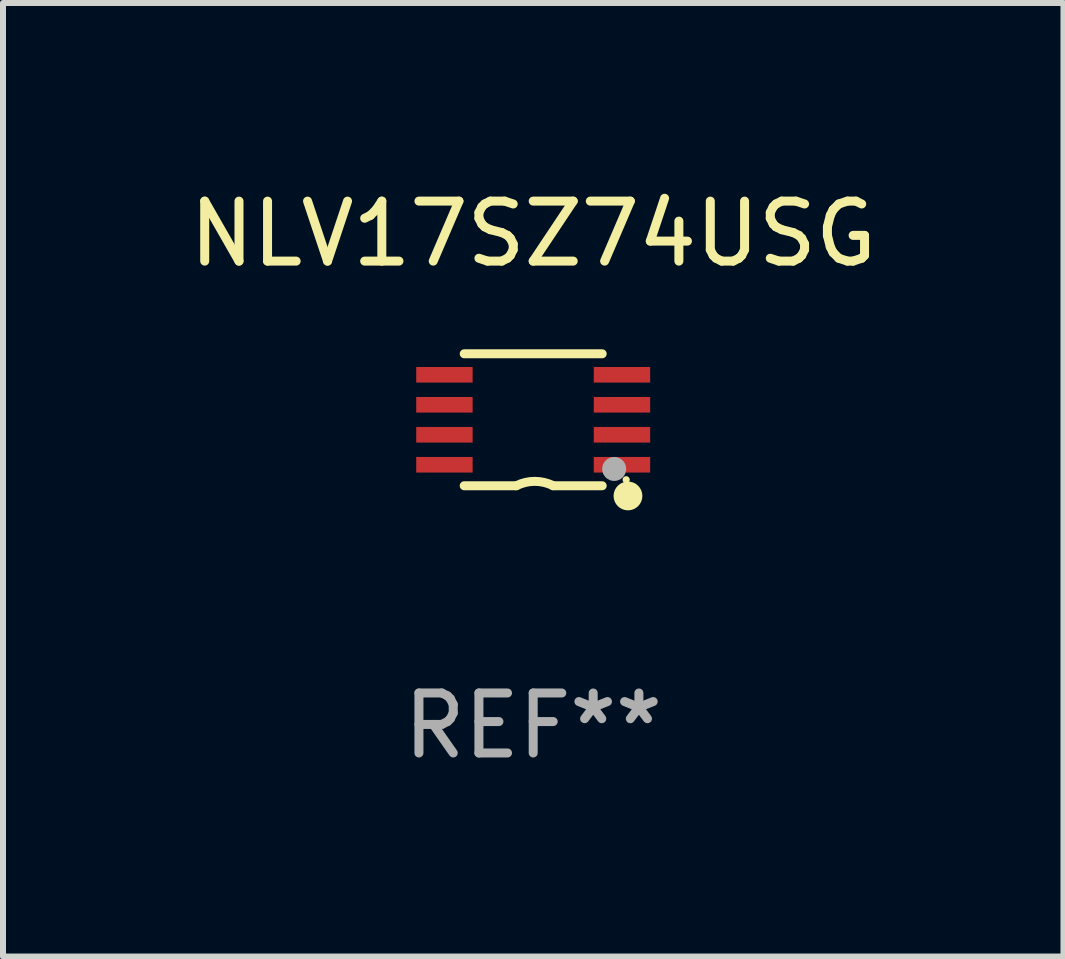
<source format=kicad_pcb>
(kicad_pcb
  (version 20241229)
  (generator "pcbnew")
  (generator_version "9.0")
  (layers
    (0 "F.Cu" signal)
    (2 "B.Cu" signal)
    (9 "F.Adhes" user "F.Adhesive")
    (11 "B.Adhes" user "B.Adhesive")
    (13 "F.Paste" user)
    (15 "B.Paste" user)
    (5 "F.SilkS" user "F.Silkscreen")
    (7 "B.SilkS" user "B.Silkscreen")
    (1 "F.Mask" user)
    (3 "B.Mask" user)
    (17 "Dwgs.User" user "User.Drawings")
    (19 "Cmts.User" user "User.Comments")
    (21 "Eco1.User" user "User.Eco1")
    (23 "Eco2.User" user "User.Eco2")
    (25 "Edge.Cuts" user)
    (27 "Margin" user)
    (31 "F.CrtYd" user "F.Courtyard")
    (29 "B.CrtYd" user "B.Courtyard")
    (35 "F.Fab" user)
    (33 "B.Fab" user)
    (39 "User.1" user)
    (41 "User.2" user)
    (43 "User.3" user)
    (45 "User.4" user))
  (footprint "NLV17SZ74USG"
    (layer "F.Cu")
    (at 5.839 3.948)
    (property "Reference" "NLV17SZ74USG" (at 0 -3.1 0) (layer "F.SilkS") (effects (font (size 1 1) (thickness 0.15))))
    (attr through_hole)
    (fp_line (start -1.15 -1.1) (end 1.15 -1.1) (stroke (width 0.15) (type solid)) (layer "F.SilkS"))
    (fp_line (start -1.15 1.1) (end -0.282 1.1) (stroke (width 0.15) (type solid)) (layer "F.SilkS"))
    (fp_line (start 1.15 1.1) (end 0.332 1.1) (stroke (width 0.15) (type solid)) (layer "F.SilkS"))
    (fp_arc (start -0.282449 1.1) (mid 0.025014 1.026651) (end 0.332741 1.098882) (stroke (width 0.150013) (type solid)) (layer "F.SilkS"))
    (fp_circle (center 1.55 1) (end 1.58 1) (stroke (width 0.06) (type solid)) (fill no) (layer "F.SilkS"))
    (fp_circle (center 1.58 1.27) (end 1.7 1.27) (stroke (width 0.24) (type solid)) (fill no) (layer "F.SilkS"))
    (fp_circle (center 1.35 0.82) (end 1.45 0.82) (stroke (width 0.2) (type solid)) (fill no) (layer "F.Fab"))
    (fp_text user "REF**" (at 0 5.1 0) (layer "F.Fab") (effects (font (size 1 1) (thickness 0.15))))
    (pad "1" smd rect (at 1.48 0.75) (size 0.94 0.26) (layers "F.Cu" "F.Mask" "F.Paste"))
    (pad "2" smd rect (at 1.48 0.25) (size 0.94 0.26) (layers "F.Cu" "F.Mask" "F.Paste"))
    (pad "3" smd rect (at 1.48 -0.25) (size 0.94 0.26) (layers "F.Cu" "F.Mask" "F.Paste"))
    (pad "4" smd rect (at 1.48 -0.75) (size 0.94 0.26) (layers "F.Cu" "F.Mask" "F.Paste"))
    (pad "5" smd rect (at -1.48 -0.75) (size 0.94 0.26) (layers "F.Cu" "F.Mask" "F.Paste"))
    (pad "6" smd rect (at -1.48 -0.25) (size 0.94 0.26) (layers "F.Cu" "F.Mask" "F.Paste"))
    (pad "7" smd rect (at -1.48 0.25) (size 0.94 0.26) (layers "F.Cu" "F.Mask" "F.Paste"))
    (pad "8" smd rect (at -1.48 0.75) (size 0.94 0.26) (layers "F.Cu" "F.Mask" "F.Paste")))
  (gr_rect
    (start -3 -3)
    (end 14.679 12.896)
    (stroke (width 0.1) (type default))
    (fill no)
    (layer "Edge.Cuts")))
</source>
